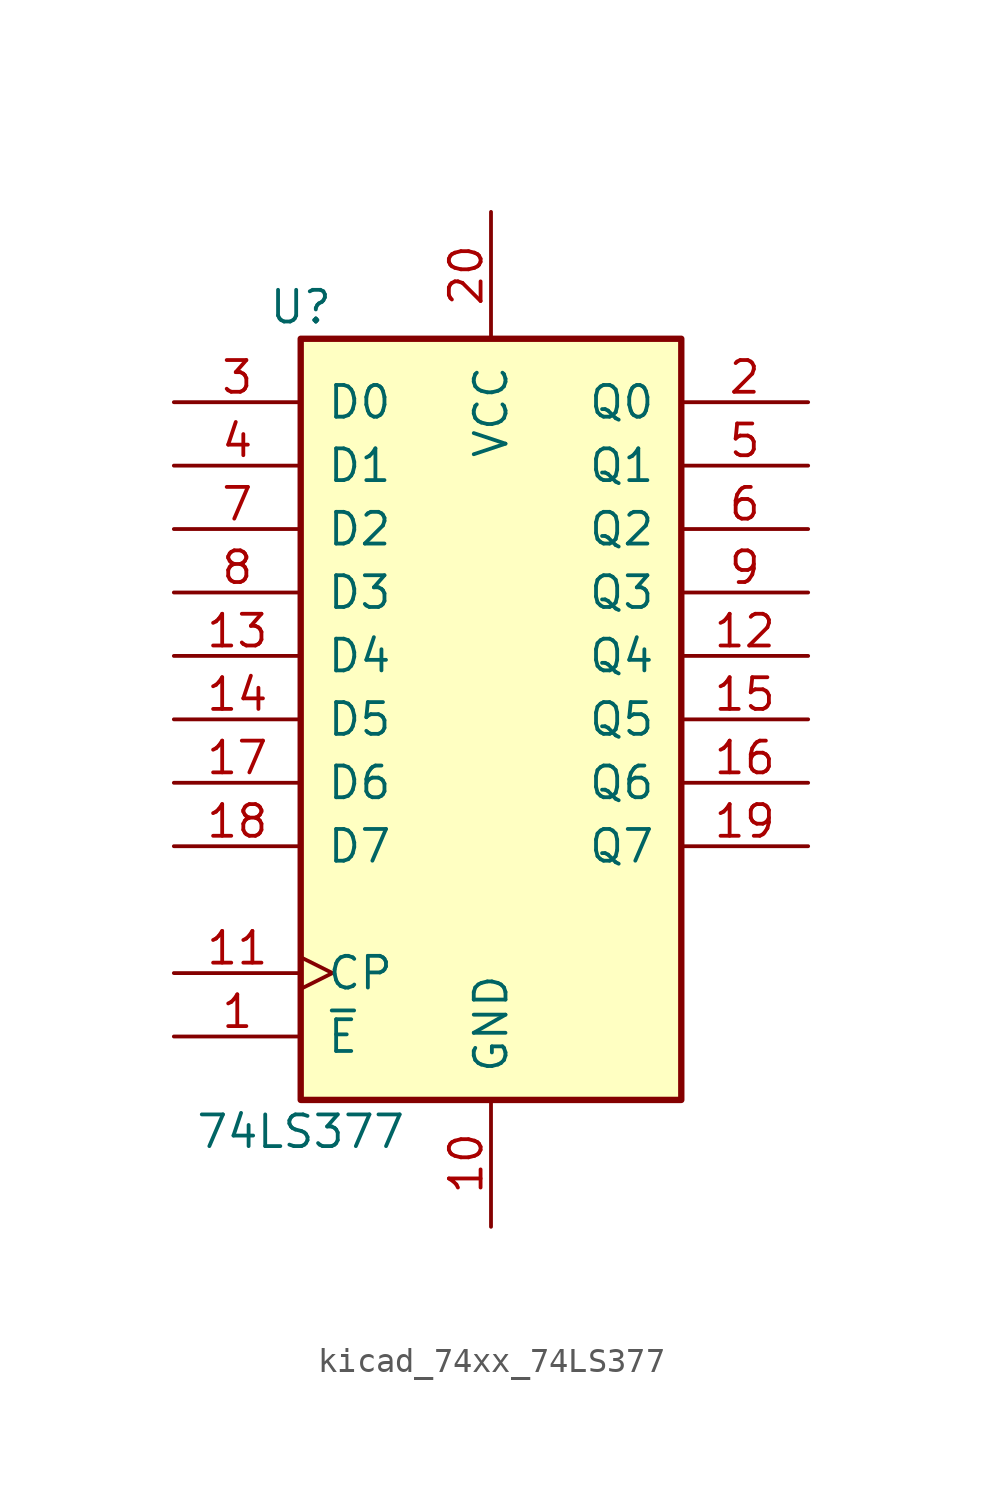
<source format=kicad_sym>
(kicad_symbol_lib
  (version 20220914)
  (generator kicad_symbol_editor)
  (symbol "kicad_74xx_74LS377"
    (pin_names
      (offset 1.016))
    (property "Reference" "U"
      (at -7.62 16.51 0)
      (effects (font (size 1.27 1.27))))
    (property "Value" "74LS377"
      (at -7.62 -16.51 0)
      (effects (font (size 1.27 1.27))))
    (property "ki_locked" ""
      (at 0 0 0)
      (effects (font (size 1.27 1.27))))
    (symbol "kicad_74xx_74LS377_1_0"
      (pin input line (at -12.7 -12.7 0) (length 5.08) (name "~{E}" (effects (font (size 1.27 1.27)))) (number "1" (effects (font (size 1.27 1.27)))))
      (pin power_in line (at 0 -20.32 90) (length 5.08) (name "GND" (effects (font (size 1.27 1.27)))) (number "10" (effects (font (size 1.27 1.27)))))
      (pin input clock (at -12.7 -10.16 0) (length 5.08) (name "CP" (effects (font (size 1.27 1.27)))) (number "11" (effects (font (size 1.27 1.27)))))
      (pin output line (at 12.7 2.54 180) (length 5.08) (name "Q4" (effects (font (size 1.27 1.27)))) (number "12" (effects (font (size 1.27 1.27)))))
      (pin input line (at -12.7 2.54 0) (length 5.08) (name "D4" (effects (font (size 1.27 1.27)))) (number "13" (effects (font (size 1.27 1.27)))))
      (pin input line (at -12.7 0 0) (length 5.08) (name "D5" (effects (font (size 1.27 1.27)))) (number "14" (effects (font (size 1.27 1.27)))))
      (pin output line (at 12.7 0 180) (length 5.08) (name "Q5" (effects (font (size 1.27 1.27)))) (number "15" (effects (font (size 1.27 1.27)))))
      (pin output line (at 12.7 -2.54 180) (length 5.08) (name "Q6" (effects (font (size 1.27 1.27)))) (number "16" (effects (font (size 1.27 1.27)))))
      (pin input line (at -12.7 -2.54 0) (length 5.08) (name "D6" (effects (font (size 1.27 1.27)))) (number "17" (effects (font (size 1.27 1.27)))))
      (pin input line (at -12.7 -5.08 0) (length 5.08) (name "D7" (effects (font (size 1.27 1.27)))) (number "18" (effects (font (size 1.27 1.27)))))
      (pin output line (at 12.7 -5.08 180) (length 5.08) (name "Q7" (effects (font (size 1.27 1.27)))) (number "19" (effects (font (size 1.27 1.27)))))
      (pin output line (at 12.7 12.7 180) (length 5.08) (name "Q0" (effects (font (size 1.27 1.27)))) (number "2" (effects (font (size 1.27 1.27)))))
      (pin power_in line (at 0 20.32 270) (length 5.08) (name "VCC" (effects (font (size 1.27 1.27)))) (number "20" (effects (font (size 1.27 1.27)))))
      (pin input line (at -12.7 12.7 0) (length 5.08) (name "D0" (effects (font (size 1.27 1.27)))) (number "3" (effects (font (size 1.27 1.27)))))
      (pin input line (at -12.7 10.16 0) (length 5.08) (name "D1" (effects (font (size 1.27 1.27)))) (number "4" (effects (font (size 1.27 1.27)))))
      (pin output line (at 12.7 10.16 180) (length 5.08) (name "Q1" (effects (font (size 1.27 1.27)))) (number "5" (effects (font (size 1.27 1.27)))))
      (pin output line (at 12.7 7.62 180) (length 5.08) (name "Q2" (effects (font (size 1.27 1.27)))) (number "6" (effects (font (size 1.27 1.27)))))
      (pin input line (at -12.7 7.62 0) (length 5.08) (name "D2" (effects (font (size 1.27 1.27)))) (number "7" (effects (font (size 1.27 1.27)))))
      (pin input line (at -12.7 5.08 0) (length 5.08) (name "D3" (effects (font (size 1.27 1.27)))) (number "8" (effects (font (size 1.27 1.27)))))
      (pin output line (at 12.7 5.08 180) (length 5.08) (name "Q3" (effects (font (size 1.27 1.27)))) (number "9" (effects (font (size 1.27 1.27))))))
    (symbol "kicad_74xx_74LS377_1_1"
      (rectangle (start -7.62 15.24) (end 7.62 -15.24) (stroke (width 0.254) (type default)) (fill (type background))))))
</source>
